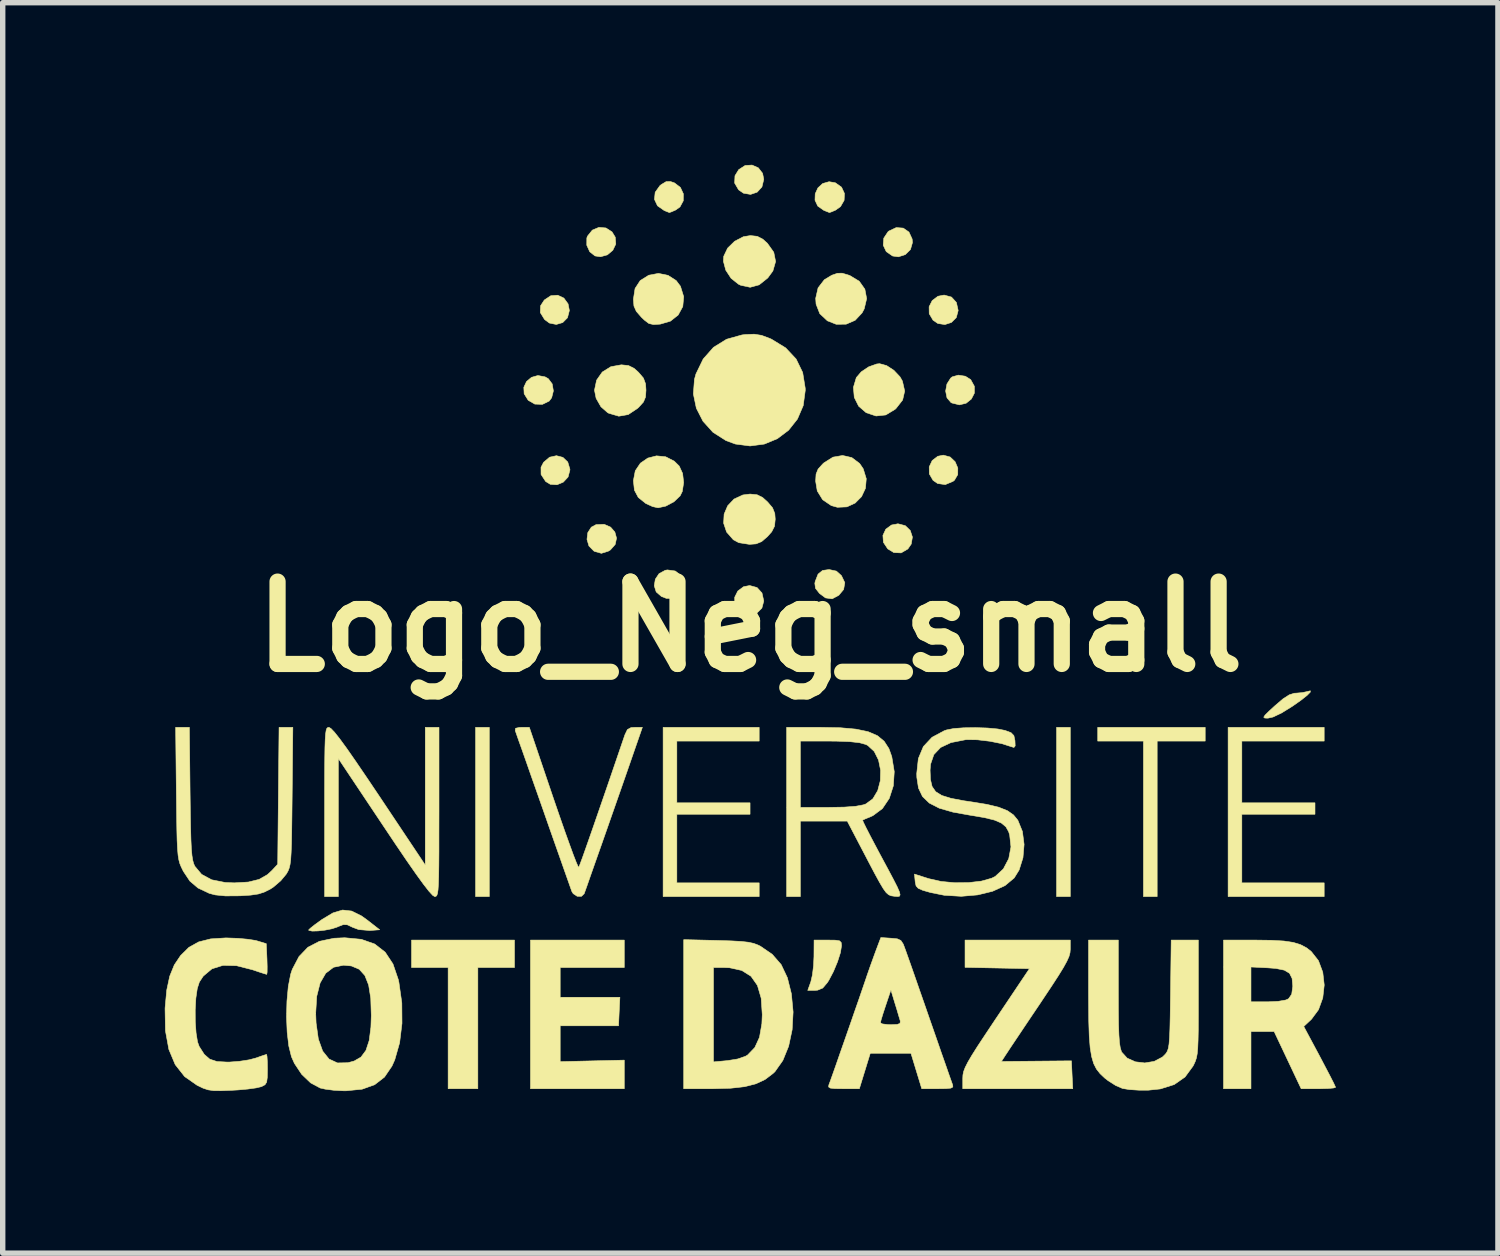
<source format=kicad_pcb>
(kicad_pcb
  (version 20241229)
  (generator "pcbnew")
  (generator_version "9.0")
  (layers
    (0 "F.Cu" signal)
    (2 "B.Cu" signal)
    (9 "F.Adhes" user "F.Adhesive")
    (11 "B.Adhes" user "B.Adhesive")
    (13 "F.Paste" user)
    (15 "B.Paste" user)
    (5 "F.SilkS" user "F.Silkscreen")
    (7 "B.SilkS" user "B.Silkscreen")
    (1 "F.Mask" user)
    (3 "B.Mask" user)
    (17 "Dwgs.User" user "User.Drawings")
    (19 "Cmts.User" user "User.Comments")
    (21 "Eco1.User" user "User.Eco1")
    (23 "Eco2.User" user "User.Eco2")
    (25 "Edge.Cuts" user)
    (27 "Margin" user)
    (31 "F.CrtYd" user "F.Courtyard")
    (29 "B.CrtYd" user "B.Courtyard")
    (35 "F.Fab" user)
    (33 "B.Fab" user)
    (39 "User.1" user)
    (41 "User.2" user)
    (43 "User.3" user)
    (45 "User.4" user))
  (footprint "Logo_Neg_small"
    (layer "F.Cu")
    (at 10.832 8.549)
    (property "Reference" "Logo_Neg_small" (at 0 0 0) (layer "F.SilkS") (effects (font (size 1.524 1.524) (thickness 0.3))))
    (attr through_hole)
    (fp_poly (pts (xy -4.826 4.995) (xy -5.08 4.995) (xy -5.08 1.863) (xy -4.826 1.863) (xy -4.826 4.995)) (stroke (width 0.01) (type solid)) (fill yes) (layer "F.SilkS"))
    (fp_poly (pts (xy 5.927 4.995) (xy 5.673 4.995) (xy 5.673 1.863) (xy 5.927 1.863) (xy 5.927 4.995)) (stroke (width 0.01) (type solid)) (fill yes) (layer "F.SilkS"))
    (fp_poly (pts (xy -4.36 6.308) (xy -5.038 6.308) (xy -5.038 8.551) (xy -5.588 8.551) (xy -5.588 6.308) (xy -6.265 6.308) (xy -6.265 5.8) (xy -4.36 5.8) (xy -4.36 6.308)) (stroke (width 0.01) (type solid)) (fill yes) (layer "F.SilkS"))
    (fp_poly (pts (xy 8.424 2.117) (xy 7.535 2.117) (xy 7.535 4.995) (xy 7.281 4.995) (xy 7.281 2.117) (xy 6.435 2.117) (xy 6.435 1.863) (xy 8.424 1.863) (xy 8.424 2.117)) (stroke (width 0.01) (type solid)) (fill yes) (layer "F.SilkS"))
    (fp_poly (pts (xy 0.169 2.117) (xy -1.355 2.117) (xy -1.355 3.26) (xy 0 3.26) (xy 0 3.471) (xy -1.355 3.471) (xy -1.355 4.741) (xy 0.169 4.741) (xy 0.169 4.995) (xy -1.609 4.995) (xy -1.609 1.863) (xy 0.169 1.863) (xy 0.169 2.117)) (stroke (width 0.01) (type solid)) (fill yes) (layer "F.SilkS"))
    (fp_poly (pts (xy 10.626 2.117) (xy 9.102 2.117) (xy 9.102 3.26) (xy 10.456 3.26) (xy 10.456 3.471) (xy 9.102 3.471) (xy 9.102 4.741) (xy 10.626 4.741) (xy 10.626 4.995) (xy 8.848 4.995) (xy 8.848 1.863) (xy 10.626 1.863) (xy 10.626 2.117)) (stroke (width 0.01) (type solid)) (fill yes) (layer "F.SilkS"))
    (fp_poly (pts (xy -3.446 -6.082) (xy -3.368 -5.975) (xy -3.344 -5.852) (xy -3.379 -5.718) (xy -3.467 -5.629) (xy -3.586 -5.594) (xy -3.714 -5.62) (xy -3.803 -5.686) (xy -3.882 -5.814) (xy -3.877 -5.94) (xy -3.808 -6.046) (xy -3.687 -6.126) (xy -3.559 -6.135) (xy -3.446 -6.082)) (stroke (width 0.01) (type solid)) (fill yes) (layer "F.SilkS"))
    (fp_poly (pts (xy 0.129 -0.725) (xy 0.221 -0.624) (xy 0.254 -0.475) (xy 0.219 -0.344) (xy 0.129 -0.255) (xy 0.007 -0.215) (xy -0.122 -0.236) (xy -0.212 -0.296) (xy -0.282 -0.416) (xy -0.284 -0.545) (xy -0.227 -0.66) (xy -0.12 -0.74) (xy -0.007 -0.762) (xy 0.129 -0.725)) (stroke (width 0.01) (type solid)) (fill yes) (layer "F.SilkS"))
    (fp_poly (pts (xy 0.153 -8.493) (xy 0.232 -8.391) (xy 0.254 -8.28) (xy 0.22 -8.139) (xy 0.131 -8.042) (xy 0.01 -8.001) (xy -0.121 -8.023) (xy -0.212 -8.086) (xy -0.285 -8.211) (xy -0.279 -8.346) (xy -0.21 -8.459) (xy -0.091 -8.536) (xy 0.037 -8.544) (xy 0.153 -8.493)) (stroke (width 0.01) (type solid)) (fill yes) (layer "F.SilkS"))
    (fp_poly (pts (xy 2.873 -1.87) (xy 2.965 -1.781) (xy 3.005 -1.659) (xy 2.983 -1.529) (xy 2.921 -1.439) (xy 2.796 -1.366) (xy 2.661 -1.372) (xy 2.548 -1.441) (xy 2.468 -1.562) (xy 2.459 -1.69) (xy 2.512 -1.804) (xy 2.618 -1.882) (xy 2.738 -1.905) (xy 2.873 -1.87)) (stroke (width 0.01) (type solid)) (fill yes) (layer "F.SilkS"))
    (fp_poly (pts (xy 3.728 -6.101) (xy 3.819 -6.001) (xy 3.852 -5.852) (xy 3.817 -5.721) (xy 3.727 -5.631) (xy 3.606 -5.592) (xy 3.476 -5.612) (xy 3.387 -5.673) (xy 3.316 -5.793) (xy 3.314 -5.922) (xy 3.372 -6.037) (xy 3.478 -6.116) (xy 3.592 -6.138) (xy 3.728 -6.101)) (stroke (width 0.01) (type solid)) (fill yes) (layer "F.SilkS"))
    (fp_poly (pts (xy -3.794 -4.624) (xy -3.735 -4.591) (xy -3.662 -4.494) (xy -3.64 -4.364) (xy -3.672 -4.237) (xy -3.718 -4.176) (xy -3.843 -4.115) (xy -3.984 -4.12) (xy -4.106 -4.191) (xy -4.181 -4.311) (xy -4.187 -4.431) (xy -4.137 -4.538) (xy -4.045 -4.615) (xy -3.927 -4.649) (xy -3.794 -4.624)) (stroke (width 0.01) (type solid)) (fill yes) (layer "F.SilkS"))
    (fp_poly (pts (xy -3.464 -3.134) (xy -3.374 -3.048) (xy -3.334 -2.915) (xy -3.334 -2.9) (xy -3.368 -2.771) (xy -3.456 -2.676) (xy -3.573 -2.627) (xy -3.696 -2.635) (xy -3.783 -2.688) (xy -3.868 -2.818) (xy -3.869 -2.951) (xy -3.821 -3.043) (xy -3.71 -3.137) (xy -3.583 -3.165) (xy -3.464 -3.134)) (stroke (width 0.01) (type solid)) (fill yes) (layer "F.SilkS"))
    (fp_poly (pts (xy -2.668 -7.38) (xy -2.555 -7.308) (xy -2.495 -7.21) (xy -2.485 -7.082) (xy -2.54 -6.967) (xy -2.641 -6.882) (xy -2.768 -6.847) (xy -2.869 -6.862) (xy -2.967 -6.939) (xy -3.022 -7.061) (xy -3.021 -7.194) (xy -3.009 -7.228) (xy -2.919 -7.34) (xy -2.797 -7.391) (xy -2.668 -7.38)) (stroke (width 0.01) (type solid)) (fill yes) (layer "F.SilkS"))
    (fp_poly (pts (xy -2.328 6.308) (xy -3.514 6.308) (xy -3.514 6.858) (xy -2.409 6.858) (xy -2.422 7.123) (xy -2.434 7.387) (xy -3.514 7.387) (xy -3.514 7.718) (xy -3.514 8.05) (xy -2.328 8.022) (xy -2.328 8.551) (xy -4.064 8.551) (xy -4.064 5.8) (xy -2.328 5.8) (xy -2.328 6.308)) (stroke (width 0.01) (type solid)) (fill yes) (layer "F.SilkS"))
    (fp_poly (pts (xy -1.385 -1.031) (xy -1.281 -0.953) (xy -1.229 -0.839) (xy -1.238 -0.71) (xy -1.312 -0.593) (xy -1.422 -0.522) (xy -1.548 -0.524) (xy -1.641 -0.56) (xy -1.737 -0.644) (xy -1.773 -0.758) (xy -1.753 -0.879) (xy -1.684 -0.982) (xy -1.57 -1.044) (xy -1.529 -1.051) (xy -1.385 -1.031)) (stroke (width 0.01) (type solid)) (fill yes) (layer "F.SilkS"))
    (fp_poly (pts (xy 1.598 -1.029) (xy 1.691 -0.946) (xy 1.754 -0.815) (xy 1.732 -0.689) (xy 1.643 -0.582) (xy 1.52 -0.516) (xy 1.397 -0.533) (xy 1.285 -0.616) (xy 1.211 -0.711) (xy 1.199 -0.803) (xy 1.206 -0.838) (xy 1.259 -0.973) (xy 1.342 -1.041) (xy 1.463 -1.058) (xy 1.598 -1.029)) (stroke (width 0.01) (type solid)) (fill yes) (layer "F.SilkS"))
    (fp_poly (pts (xy 2.836 -7.377) (xy 2.941 -7.304) (xy 3 -7.176) (xy 3.006 -7.11) (xy 2.969 -6.981) (xy 2.874 -6.887) (xy 2.746 -6.846) (xy 2.638 -6.861) (xy 2.521 -6.942) (xy 2.465 -7.061) (xy 2.475 -7.191) (xy 2.553 -7.309) (xy 2.57 -7.323) (xy 2.706 -7.387) (xy 2.836 -7.377)) (stroke (width 0.01) (type solid)) (fill yes) (layer "F.SilkS"))
    (fp_poly (pts (xy 3.703 -3.141) (xy 3.795 -3.054) (xy 3.845 -2.937) (xy 3.844 -2.815) (xy 3.783 -2.711) (xy 3.758 -2.691) (xy 3.613 -2.63) (xy 3.472 -2.65) (xy 3.387 -2.709) (xy 3.318 -2.828) (xy 3.316 -2.958) (xy 3.371 -3.075) (xy 3.474 -3.154) (xy 3.577 -3.175) (xy 3.703 -3.141)) (stroke (width 0.01) (type solid)) (fill yes) (layer "F.SilkS"))
    (fp_poly (pts (xy -2.581 -1.843) (xy -2.502 -1.752) (xy -2.471 -1.639) (xy -2.496 -1.522) (xy -2.585 -1.421) (xy -2.623 -1.398) (xy -2.751 -1.358) (xy -2.876 -1.393) (xy -2.892 -1.402) (xy -2.982 -1.494) (xy -3.018 -1.616) (xy -3.003 -1.741) (xy -2.938 -1.842) (xy -2.85 -1.889) (xy -2.7 -1.895) (xy -2.581 -1.843)) (stroke (width 0.01) (type solid)) (fill yes) (layer "F.SilkS"))
    (fp_poly (pts (xy 3.984 -4.636) (xy 4.084 -4.573) (xy 4.152 -4.449) (xy 4.152 -4.323) (xy 4.096 -4.214) (xy 3.999 -4.136) (xy 3.875 -4.106) (xy 3.737 -4.14) (xy 3.719 -4.149) (xy 3.645 -4.236) (xy 3.62 -4.361) (xy 3.644 -4.492) (xy 3.713 -4.601) (xy 3.742 -4.624) (xy 3.855 -4.656) (xy 3.984 -4.636)) (stroke (width 0.01) (type solid)) (fill yes) (layer "F.SilkS"))
    (fp_poly (pts (xy 1.579 -8.216) (xy 1.693 -8.135) (xy 1.747 -8.019) (xy 1.741 -7.891) (xy 1.674 -7.775) (xy 1.581 -7.709) (xy 1.502 -7.676) (xy 1.469 -7.665) (xy 1.428 -7.681) (xy 1.365 -7.706) (xy 1.253 -7.785) (xy 1.202 -7.894) (xy 1.206 -8.012) (xy 1.256 -8.121) (xy 1.344 -8.202) (xy 1.463 -8.236) (xy 1.579 -8.216)) (stroke (width 0.01) (type solid)) (fill yes) (layer "F.SilkS"))
    (fp_poly (pts (xy -1.399 -8.214) (xy -1.289 -8.13) (xy -1.234 -8.011) (xy -1.236 -7.882) (xy -1.297 -7.769) (xy -1.377 -7.712) (xy -1.458 -7.677) (xy -1.494 -7.665) (xy -1.535 -7.681) (xy -1.589 -7.703) (xy -1.713 -7.79) (xy -1.769 -7.909) (xy -1.756 -8.04) (xy -1.669 -8.162) (xy -1.643 -8.183) (xy -1.552 -8.238) (xy -1.472 -8.239) (xy -1.399 -8.214)) (stroke (width 0.01) (type solid)) (fill yes) (layer "F.SilkS"))
    (fp_poly (pts (xy -1.518 -6.503) (xy -1.367 -6.406) (xy -1.288 -6.301) (xy -1.228 -6.107) (xy -1.245 -5.925) (xy -1.33 -5.769) (xy -1.474 -5.655) (xy -1.662 -5.6) (xy -1.787 -5.592) (xy -1.873 -5.612) (xy -1.957 -5.676) (xy -2.01 -5.727) (xy -2.105 -5.836) (xy -2.149 -5.935) (xy -2.159 -6.061) (xy -2.128 -6.26) (xy -2.032 -6.407) (xy -1.875 -6.505) (xy -1.695 -6.539) (xy -1.518 -6.503)) (stroke (width 0.01) (type solid)) (fill yes) (layer "F.SilkS"))
    (fp_poly (pts (xy 0.134 -7.225) (xy 0.238 -7.171) (xy 0.322 -7.095) (xy 0.439 -6.93) (xy 0.473 -6.759) (xy 0.423 -6.585) (xy 0.328 -6.455) (xy 0.168 -6.327) (xy 0.002 -6.282) (xy -0.174 -6.32) (xy -0.212 -6.338) (xy -0.35 -6.447) (xy -0.449 -6.598) (xy -0.493 -6.763) (xy -0.487 -6.856) (xy -0.415 -7.007) (xy -0.285 -7.134) (xy -0.123 -7.218) (xy 0.006 -7.239) (xy 0.134 -7.225)) (stroke (width 0.01) (type solid)) (fill yes) (layer "F.SilkS"))
    (fp_poly (pts (xy 1.816 -6.51) (xy 1.849 -6.498) (xy 2.021 -6.394) (xy 2.125 -6.247) (xy 2.158 -6.072) (xy 2.113 -5.883) (xy 2.074 -5.809) (xy 1.945 -5.671) (xy 1.778 -5.599) (xy 1.595 -5.597) (xy 1.432 -5.661) (xy 1.291 -5.793) (xy 1.222 -5.97) (xy 1.215 -6.078) (xy 1.259 -6.271) (xy 1.375 -6.422) (xy 1.513 -6.505) (xy 1.617 -6.541) (xy 1.704 -6.543) (xy 1.816 -6.51)) (stroke (width 0.01) (type solid)) (fill yes) (layer "F.SilkS"))
    (fp_poly (pts (xy 1.883 -3.13) (xy 2.027 -3.022) (xy 2.095 -2.922) (xy 2.151 -2.739) (xy 2.136 -2.562) (xy 2.064 -2.408) (xy 1.945 -2.288) (xy 1.793 -2.218) (xy 1.617 -2.21) (xy 1.503 -2.242) (xy 1.344 -2.35) (xy 1.244 -2.512) (xy 1.214 -2.694) (xy 1.222 -2.825) (xy 1.26 -2.918) (xy 1.346 -3.013) (xy 1.368 -3.033) (xy 1.535 -3.138) (xy 1.713 -3.169) (xy 1.883 -3.13)) (stroke (width 0.01) (type solid)) (fill yes) (layer "F.SilkS"))
    (fp_poly (pts (xy 2.527 -4.833) (xy 2.662 -4.745) (xy 2.775 -4.625) (xy 2.82 -4.546) (xy 2.862 -4.361) (xy 2.824 -4.196) (xy 2.703 -4.041) (xy 2.684 -4.023) (xy 2.512 -3.919) (xy 2.332 -3.9) (xy 2.149 -3.961) (xy 2.01 -4.081) (xy 1.929 -4.244) (xy 1.913 -4.43) (xy 1.967 -4.611) (xy 2.058 -4.717) (xy 2.195 -4.809) (xy 2.342 -4.862) (xy 2.398 -4.868) (xy 2.527 -4.833)) (stroke (width 0.01) (type solid)) (fill yes) (layer "F.SilkS"))
    (fp_poly (pts (xy 10.369 1.211) (xy 10.309 1.272) (xy 10.195 1.362) (xy 10.04 1.471) (xy 9.837 1.597) (xy 9.679 1.672) (xy 9.585 1.693) (xy 9.527 1.691) (xy 9.507 1.675) (xy 9.532 1.636) (xy 9.608 1.561) (xy 9.716 1.462) (xy 9.866 1.334) (xy 9.98 1.261) (xy 10.075 1.231) (xy 10.104 1.23) (xy 10.221 1.22) (xy 10.305 1.202) (xy 10.37 1.186) (xy 10.369 1.211)) (stroke (width 0.01) (type solid)) (fill yes) (layer "F.SilkS"))
    (fp_poly (pts (xy -1.562 -3.145) (xy -1.403 -3.064) (xy -1.311 -2.973) (xy -1.248 -2.836) (xy -1.229 -2.667) (xy -1.254 -2.503) (xy -1.294 -2.422) (xy -1.408 -2.313) (xy -1.559 -2.232) (xy -1.702 -2.201) (xy -1.803 -2.223) (xy -1.922 -2.277) (xy -1.934 -2.284) (xy -2.069 -2.393) (xy -2.14 -2.527) (xy -2.159 -2.703) (xy -2.124 -2.886) (xy -2.029 -3.027) (xy -1.892 -3.121) (xy -1.731 -3.162) (xy -1.562 -3.145)) (stroke (width 0.01) (type solid)) (fill yes) (layer "F.SilkS"))
    (fp_poly (pts (xy 1.58 5.802) (xy 1.656 5.814) (xy 1.687 5.845) (xy 1.693 5.902) (xy 1.693 5.905) (xy 1.673 6.032) (xy 1.619 6.201) (xy 1.544 6.381) (xy 1.459 6.543) (xy 1.431 6.587) (xy 1.345 6.688) (xy 1.251 6.727) (xy 1.201 6.731) (xy 1.068 6.731) (xy 1.125 6.572) (xy 1.154 6.447) (xy 1.175 6.276) (xy 1.183 6.107) (xy 1.185 5.8) (xy 1.439 5.8) (xy 1.58 5.802)) (stroke (width 0.01) (type solid)) (fill yes) (layer "F.SilkS"))
    (fp_poly (pts (xy -2.249 -4.833) (xy -2.144 -4.78) (xy -2.065 -4.709) (xy -1.973 -4.601) (xy -1.934 -4.495) (xy -1.926 -4.377) (xy -1.935 -4.25) (xy -1.973 -4.158) (xy -2.059 -4.063) (xy -2.084 -4.04) (xy -2.255 -3.926) (xy -2.429 -3.896) (xy -2.613 -3.95) (xy -2.635 -3.961) (xy -2.76 -4.071) (xy -2.849 -4.227) (xy -2.879 -4.377) (xy -2.84 -4.563) (xy -2.735 -4.713) (xy -2.576 -4.812) (xy -2.382 -4.847) (xy -2.249 -4.833)) (stroke (width 0.01) (type solid)) (fill yes) (layer "F.SilkS"))
    (fp_poly (pts (xy 0.13 -2.442) (xy 0.233 -2.391) (xy 0.322 -2.311) (xy 0.416 -2.201) (xy 0.458 -2.096) (xy 0.466 -1.99) (xy 0.453 -1.86) (xy 0.401 -1.757) (xy 0.322 -1.668) (xy 0.214 -1.575) (xy 0.111 -1.533) (xy -0.011 -1.524) (xy -0.208 -1.555) (xy -0.309 -1.609) (xy -0.434 -1.752) (xy -0.489 -1.916) (xy -0.48 -2.083) (xy -0.414 -2.238) (xy -0.297 -2.362) (xy -0.134 -2.438) (xy 0.000185 -2.455) (xy 0.13 -2.442)) (stroke (width 0.01) (type solid)) (fill yes) (layer "F.SilkS"))
    (fp_poly (pts (xy -7.373 5.263) (xy -7.193 5.352) (xy -7.086 5.429) (xy -6.855 5.609) (xy -7.037 5.623) (xy -7.242 5.606) (xy -7.357 5.563) (xy -7.454 5.517) (xy -7.529 5.514) (xy -7.626 5.551) (xy -7.644 5.56) (xy -7.74 5.591) (xy -7.866 5.616) (xy -7.996 5.631) (xy -8.104 5.634) (xy -8.165 5.621) (xy -8.17 5.613) (xy -8.138 5.581) (xy -8.055 5.515) (xy -7.936 5.429) (xy -7.927 5.422) (xy -7.721 5.298) (xy -7.543 5.244) (xy -7.373 5.263)) (stroke (width 0.01) (type solid)) (fill yes) (layer "F.SilkS"))
    (fp_poly (pts (xy 0.214 -5.392) (xy 0.368 -5.334) (xy 0.397 -5.321) (xy 0.66 -5.16) (xy 0.853 -4.954) (xy 0.974 -4.705) (xy 1.021 -4.415) (xy 1.022 -4.375) (xy 0.984 -4.092) (xy 0.877 -3.843) (xy 0.714 -3.637) (xy 0.506 -3.48) (xy 0.264 -3.38) (xy 0.000378 -3.345) (xy -0.273 -3.381) (xy -0.446 -3.445) (xy -0.686 -3.598) (xy -0.871 -3.803) (xy -0.994 -4.044) (xy -1.049 -4.308) (xy -1.029 -4.578) (xy -1.001 -4.679) (xy -0.867 -4.955) (xy -0.676 -5.171) (xy -0.435 -5.32) (xy -0.149 -5.4) (xy -0.09 -5.407) (xy 0.077 -5.414) (xy 0.214 -5.392)) (stroke (width 0.01) (type solid)) (fill yes) (layer "F.SilkS"))
    (fp_poly (pts (xy 5.927 5.971) (xy 5.922 6.033) (xy 5.903 6.104) (xy 5.864 6.191) (xy 5.801 6.306) (xy 5.707 6.459) (xy 5.577 6.659) (xy 5.405 6.917) (xy 5.366 6.976) (xy 5.203 7.218) (xy 5.052 7.443) (xy 4.921 7.639) (xy 4.817 7.794) (xy 4.749 7.898) (xy 4.728 7.929) (xy 4.652 8.047) (xy 5.948 8.035) (xy 5.96 8.293) (xy 5.973 8.551) (xy 3.937 8.551) (xy 3.937 8.36) (xy 3.94 8.297) (xy 3.953 8.233) (xy 3.982 8.157) (xy 4.031 8.06) (xy 4.106 7.932) (xy 4.212 7.764) (xy 4.356 7.546) (xy 4.541 7.268) (xy 4.554 7.249) (xy 5.171 6.329) (xy 4.575 6.317) (xy 3.979 6.305) (xy 3.979 5.8) (xy 5.927 5.8) (xy 5.927 5.971)) (stroke (width 0.01) (type solid)) (fill yes) (layer "F.SilkS"))
    (fp_poly (pts (xy -0.603 5.807) (xy -0.35 5.815) (xy -0.165 5.825) (xy -0.031 5.84) (xy 0.069 5.862) (xy 0.15 5.893) (xy 0.191 5.913) (xy 0.411 6.064) (xy 0.576 6.254) (xy 0.691 6.497) (xy 0.765 6.794) (xy 0.797 7.131) (xy 0.779 7.46) (xy 0.714 7.765) (xy 0.607 8.028) (xy 0.461 8.235) (xy 0.424 8.27) (xy 0.277 8.381) (xy 0.108 8.46) (xy -0.099 8.513) (xy -0.359 8.542) (xy -0.686 8.551) (xy -0.706 8.551) (xy -1.228 8.551) (xy -1.228 6.308) (xy -0.677 6.308) (xy -0.677 8.055) (xy -0.417 8.031) (xy -0.231 8.001) (xy -0.086 7.951) (xy -0.046 7.928) (xy 0.088 7.789) (xy 0.175 7.599) (xy 0.219 7.347) (xy 0.226 7.179) (xy 0.206 6.876) (xy 0.137 6.64) (xy 0.018 6.47) (xy -0.154 6.362) (xy -0.382 6.312) (xy -0.488 6.308) (xy -0.677 6.308) (xy -1.228 6.308) (xy -1.228 5.792) (xy -0.603 5.807)) (stroke (width 0.01) (type solid)) (fill yes) (layer "F.SilkS"))
    (fp_poly (pts (xy -5.757 3.429) (xy -5.758 3.834) (xy -5.758 4.163) (xy -5.76 4.423) (xy -5.763 4.623) (xy -5.768 4.77) (xy -5.775 4.872) (xy -5.785 4.938) (xy -5.798 4.975) (xy -5.814 4.991) (xy -5.834 4.995) (xy -5.836 4.995) (xy -5.875 4.971) (xy -5.944 4.895) (xy -6.046 4.764) (xy -6.183 4.575) (xy -6.358 4.324) (xy -6.573 4.007) (xy -6.767 3.717) (xy -7.62 2.439) (xy -7.62 4.995) (xy -7.874 4.995) (xy -7.874 3.429) (xy -7.874 3.024) (xy -7.873 2.695) (xy -7.871 2.435) (xy -7.868 2.236) (xy -7.863 2.089) (xy -7.856 1.987) (xy -7.846 1.921) (xy -7.834 1.884) (xy -7.817 1.867) (xy -7.797 1.863) (xy -7.793 1.863) (xy -7.756 1.885) (xy -7.691 1.953) (xy -7.596 2.073) (xy -7.468 2.248) (xy -7.305 2.482) (xy -7.102 2.78) (xy -6.862 3.137) (xy -6.011 4.412) (xy -6.011 3.137) (xy -6.011 1.863) (xy -5.757 1.863) (xy -5.757 3.429)) (stroke (width 0.01) (type solid)) (fill yes) (layer "F.SilkS"))
    (fp_poly (pts (xy 9.345 5.8) (xy 9.645 5.804) (xy 9.876 5.817) (xy 10.053 5.843) (xy 10.189 5.885) (xy 10.302 5.945) (xy 10.387 6.012) (xy 10.52 6.181) (xy 10.6 6.395) (xy 10.627 6.632) (xy 10.6 6.871) (xy 10.521 7.089) (xy 10.39 7.266) (xy 10.248 7.399) (xy 10.543 7.95) (xy 10.646 8.146) (xy 10.734 8.314) (xy 10.799 8.442) (xy 10.833 8.515) (xy 10.837 8.526) (xy 10.798 8.538) (xy 10.696 8.547) (xy 10.549 8.551) (xy 10.519 8.551) (xy 10.2 8.551) (xy 9.95 8.022) (xy 9.7 7.493) (xy 9.271 7.493) (xy 9.271 8.551) (xy 8.763 8.551) (xy 8.763 6.943) (xy 9.271 6.943) (xy 9.58 6.943) (xy 9.774 6.934) (xy 9.913 6.91) (xy 9.967 6.886) (xy 10.025 6.802) (xy 10.045 6.656) (xy 10.045 6.65) (xy 10.032 6.509) (xy 9.984 6.414) (xy 9.889 6.357) (xy 9.732 6.325) (xy 9.588 6.314) (xy 9.271 6.298) (xy 9.271 6.943) (xy 8.763 6.943) (xy 8.763 5.8) (xy 9.345 5.8)) (stroke (width 0.01) (type solid)) (fill yes) (layer "F.SilkS"))
    (fp_poly (pts (xy -2.283 2.699) (xy -2.391 3.009) (xy -2.51 3.349) (xy -2.629 3.689) (xy -2.738 4) (xy -2.813 4.212) (xy -2.893 4.439) (xy -2.964 4.641) (xy -3.02 4.802) (xy -3.058 4.908) (xy -3.07 4.942) (xy -3.121 4.991) (xy -3.2 4.989) (xy -3.273 4.941) (xy -3.298 4.9) (xy -3.32 4.839) (xy -3.366 4.708) (xy -3.434 4.516) (xy -3.519 4.274) (xy -3.619 3.991) (xy -3.729 3.678) (xy -3.828 3.394) (xy -3.944 3.064) (xy -4.052 2.758) (xy -4.147 2.486) (xy -4.228 2.256) (xy -4.291 2.08) (xy -4.331 1.965) (xy -4.346 1.923) (xy -4.34 1.88) (xy -4.267 1.864) (xy -4.227 1.863) (xy -4.085 1.863) (xy -3.641 3.173) (xy -3.533 3.487) (xy -3.434 3.771) (xy -3.345 4.019) (xy -3.272 4.219) (xy -3.216 4.363) (xy -3.181 4.442) (xy -3.171 4.453) (xy -3.15 4.404) (xy -3.102 4.275) (xy -3.028 4.066) (xy -2.927 3.778) (xy -2.8 3.411) (xy -2.646 2.965) (xy -2.467 2.442) (xy -2.316 2) (xy -2.27 1.904) (xy -2.202 1.867) (xy -2.131 1.863) (xy -1.993 1.863) (xy -2.283 2.699)) (stroke (width 0.01) (type solid)) (fill yes) (layer "F.SilkS"))
    (fp_poly (pts (xy 6.816 6.775) (xy 6.817 7.106) (xy 6.82 7.363) (xy 6.827 7.556) (xy 6.837 7.696) (xy 6.852 7.793) (xy 6.872 7.858) (xy 6.878 7.873) (xy 6.98 7.985) (xy 7.131 8.053) (xy 7.306 8.074) (xy 7.48 8.045) (xy 7.631 7.966) (xy 7.668 7.931) (xy 7.7 7.896) (xy 7.724 7.856) (xy 7.742 7.802) (xy 7.755 7.723) (xy 7.764 7.607) (xy 7.771 7.443) (xy 7.776 7.22) (xy 7.78 6.927) (xy 7.782 6.812) (xy 7.795 5.8) (xy 8.297 5.8) (xy 8.297 6.873) (xy 8.297 7.202) (xy 8.296 7.459) (xy 8.292 7.654) (xy 8.286 7.799) (xy 8.276 7.905) (xy 8.261 7.983) (xy 8.24 8.046) (xy 8.213 8.105) (xy 8.199 8.132) (xy 8.051 8.334) (xy 7.851 8.474) (xy 7.594 8.555) (xy 7.375 8.578) (xy 7.193 8.578) (xy 7.022 8.567) (xy 6.898 8.547) (xy 6.893 8.546) (xy 6.768 8.492) (xy 6.628 8.403) (xy 6.566 8.355) (xy 6.48 8.274) (xy 6.412 8.188) (xy 6.36 8.086) (xy 6.322 7.957) (xy 6.295 7.792) (xy 6.278 7.578) (xy 6.269 7.306) (xy 6.266 6.964) (xy 6.265 6.787) (xy 6.265 5.8) (xy 6.816 5.8) (xy 6.816 6.775)) (stroke (width 0.01) (type solid)) (fill yes) (layer "F.SilkS"))
    (fp_poly (pts (xy -10.364 3.08) (xy -10.359 3.44) (xy -10.354 3.725) (xy -10.348 3.946) (xy -10.34 4.112) (xy -10.329 4.234) (xy -10.315 4.322) (xy -10.298 4.385) (xy -10.276 4.434) (xy -10.15 4.584) (xy -9.965 4.684) (xy -9.715 4.734) (xy -9.546 4.741) (xy -9.286 4.726) (xy -9.087 4.677) (xy -8.931 4.588) (xy -8.848 4.511) (xy -8.742 4.396) (xy -8.717 1.863) (xy -8.462 1.863) (xy -8.475 3.143) (xy -8.479 3.506) (xy -8.483 3.795) (xy -8.487 4.019) (xy -8.494 4.188) (xy -8.502 4.313) (xy -8.514 4.403) (xy -8.53 4.469) (xy -8.55 4.52) (xy -8.576 4.566) (xy -8.587 4.583) (xy -8.686 4.702) (xy -8.819 4.816) (xy -8.876 4.854) (xy -8.987 4.91) (xy -9.1 4.947) (xy -9.242 4.968) (xy -9.442 4.981) (xy -9.454 4.981) (xy -9.71 4.983) (xy -9.899 4.964) (xy -10.009 4.935) (xy -10.218 4.836) (xy -10.368 4.708) (xy -10.488 4.528) (xy -10.499 4.506) (xy -10.529 4.444) (xy -10.554 4.383) (xy -10.572 4.315) (xy -10.586 4.229) (xy -10.596 4.113) (xy -10.604 3.956) (xy -10.609 3.749) (xy -10.613 3.481) (xy -10.617 3.14) (xy -10.618 3.08) (xy -10.631 1.863) (xy -10.377 1.863) (xy -10.364 3.08)) (stroke (width 0.01) (type solid)) (fill yes) (layer "F.SilkS"))
    (fp_poly (pts (xy -7.195 5.786) (xy -6.947 5.873) (xy -6.753 6.024) (xy -6.609 6.242) (xy -6.511 6.529) (xy -6.499 6.583) (xy -6.445 6.963) (xy -6.442 7.342) (xy -6.486 7.701) (xy -6.576 8.017) (xy -6.628 8.133) (xy -6.766 8.336) (xy -6.948 8.477) (xy -7.18 8.56) (xy -7.473 8.589) (xy -7.531 8.589) (xy -7.703 8.58) (xy -7.863 8.559) (xy -7.957 8.538) (xy -8.133 8.443) (xy -8.298 8.285) (xy -8.433 8.082) (xy -8.488 7.958) (xy -8.537 7.76) (xy -8.567 7.506) (xy -8.579 7.221) (xy -8.577 7.154) (xy -8.039 7.154) (xy -8.032 7.333) (xy -7.99 7.632) (xy -7.91 7.855) (xy -7.792 8.002) (xy -7.636 8.074) (xy -7.443 8.07) (xy -7.328 8.039) (xy -7.201 7.966) (xy -7.109 7.842) (xy -7.049 7.66) (xy -7.017 7.411) (xy -7.01 7.197) (xy -7.02 6.878) (xy -7.059 6.633) (xy -7.129 6.456) (xy -7.234 6.34) (xy -7.378 6.279) (xy -7.523 6.265) (xy -7.708 6.303) (xy -7.853 6.413) (xy -7.957 6.593) (xy -8.02 6.841) (xy -8.039 7.154) (xy -8.577 7.154) (xy -8.571 6.93) (xy -8.546 6.658) (xy -8.502 6.431) (xy -8.472 6.341) (xy -8.348 6.105) (xy -8.183 5.933) (xy -7.969 5.822) (xy -7.698 5.766) (xy -7.501 5.757) (xy -7.195 5.786)) (stroke (width 0.01) (type solid)) (fill yes) (layer "F.SilkS"))
    (fp_poly (pts (xy 1.67 1.87) (xy 1.961 1.896) (xy 2.187 1.944) (xy 2.357 2.017) (xy 2.482 2.12) (xy 2.57 2.256) (xy 2.623 2.404) (xy 2.669 2.683) (xy 2.652 2.945) (xy 2.577 3.177) (xy 2.45 3.366) (xy 2.274 3.497) (xy 2.228 3.518) (xy 2.135 3.556) (xy 2.084 3.579) (xy 2.083 3.58) (xy 2.097 3.618) (xy 2.146 3.718) (xy 2.223 3.868) (xy 2.322 4.056) (xy 2.408 4.218) (xy 2.549 4.48) (xy 2.653 4.676) (xy 2.724 4.815) (xy 2.764 4.907) (xy 2.777 4.962) (xy 2.765 4.988) (xy 2.732 4.994) (xy 2.68 4.99) (xy 2.662 4.988) (xy 2.61 4.98) (xy 2.565 4.961) (xy 2.519 4.921) (xy 2.466 4.848) (xy 2.398 4.734) (xy 2.306 4.566) (xy 2.185 4.336) (xy 2.159 4.286) (xy 1.799 3.598) (xy 0.931 3.598) (xy 0.931 4.995) (xy 0.677 4.995) (xy 0.677 2.117) (xy 0.931 2.117) (xy 0.931 3.344) (xy 1.462 3.344) (xy 1.745 3.339) (xy 1.954 3.324) (xy 2.097 3.297) (xy 2.141 3.282) (xy 2.273 3.185) (xy 2.363 3.034) (xy 2.411 2.851) (xy 2.416 2.656) (xy 2.378 2.468) (xy 2.298 2.308) (xy 2.176 2.196) (xy 2.141 2.179) (xy 2.023 2.147) (xy 1.843 2.127) (xy 1.593 2.118) (xy 1.462 2.117) (xy 0.931 2.117) (xy 0.677 2.117) (xy 0.677 1.863) (xy 1.305 1.863) (xy 1.67 1.87)) (stroke (width 0.01) (type solid)) (fill yes) (layer "F.SilkS"))
    (fp_poly (pts (xy 2.612 5.766) (xy 2.725 5.777) (xy 2.791 5.807) (xy 2.836 5.875) (xy 2.879 5.99) (xy 2.913 6.086) (xy 2.971 6.25) (xy 3.047 6.467) (xy 3.137 6.726) (xy 3.237 7.012) (xy 3.34 7.309) (xy 3.442 7.601) (xy 3.535 7.87) (xy 3.617 8.103) (xy 3.682 8.29) (xy 3.728 8.42) (xy 3.75 8.482) (xy 3.751 8.484) (xy 3.753 8.519) (xy 3.717 8.54) (xy 3.626 8.549) (xy 3.477 8.551) (xy 3.178 8.551) (xy 2.978 7.895) (xy 2.225 7.895) (xy 2.023 8.551) (xy 1.727 8.551) (xy 1.572 8.549) (xy 1.487 8.54) (xy 1.454 8.519) (xy 1.458 8.482) (xy 1.46 8.477) (xy 1.482 8.418) (xy 1.527 8.292) (xy 1.59 8.114) (xy 1.666 7.895) (xy 1.752 7.65) (xy 1.842 7.392) (xy 1.863 7.332) (xy 2.413 7.332) (xy 2.451 7.352) (xy 2.547 7.364) (xy 2.606 7.366) (xy 2.724 7.361) (xy 2.776 7.342) (xy 2.781 7.299) (xy 2.779 7.292) (xy 2.755 7.213) (xy 2.717 7.084) (xy 2.682 6.971) (xy 2.607 6.723) (xy 2.51 7.011) (xy 2.462 7.157) (xy 2.427 7.271) (xy 2.413 7.33) (xy 2.413 7.332) (xy 1.863 7.332) (xy 1.931 7.135) (xy 2.016 6.892) (xy 2.09 6.676) (xy 2.15 6.501) (xy 2.16 6.47) (xy 2.225 6.284) (xy 2.298 6.082) (xy 2.331 5.992) (xy 2.421 5.753) (xy 2.612 5.766)) (stroke (width 0.01) (type solid)) (fill yes) (layer "F.SilkS"))
    (fp_poly (pts (xy -9.67 5.761) (xy -9.476 5.768) (xy -9.292 5.785) (xy -9.152 5.807) (xy -9.123 5.815) (xy -8.954 5.866) (xy -8.941 6.15) (xy -8.937 6.293) (xy -8.938 6.395) (xy -8.945 6.435) (xy -8.945 6.435) (xy -8.99 6.422) (xy -9.092 6.389) (xy -9.207 6.35) (xy -9.505 6.274) (xy -9.755 6.268) (xy -9.959 6.332) (xy -10.12 6.467) (xy -10.192 6.576) (xy -10.231 6.697) (xy -10.257 6.876) (xy -10.269 7.089) (xy -10.268 7.312) (xy -10.253 7.518) (xy -10.226 7.685) (xy -10.196 7.768) (xy -10.102 7.915) (xy -10 8.004) (xy -9.867 8.048) (xy -9.679 8.058) (xy -9.637 8.058) (xy -9.452 8.044) (xy -9.271 8.016) (xy -9.149 7.984) (xy -9.036 7.944) (xy -8.962 7.92) (xy -8.948 7.916) (xy -8.94 7.955) (xy -8.934 8.056) (xy -8.932 8.193) (xy -8.935 8.342) (xy -8.947 8.43) (xy -8.978 8.478) (xy -9.036 8.509) (xy -9.049 8.514) (xy -9.141 8.536) (xy -9.292 8.557) (xy -9.478 8.574) (xy -9.588 8.58) (xy -9.787 8.588) (xy -9.926 8.587) (xy -10.03 8.572) (xy -10.123 8.541) (xy -10.231 8.489) (xy -10.235 8.487) (xy -10.465 8.326) (xy -10.639 8.105) (xy -10.757 7.823) (xy -10.82 7.479) (xy -10.827 7.071) (xy -10.826 7.049) (xy -10.796 6.726) (xy -10.741 6.469) (xy -10.656 6.26) (xy -10.54 6.087) (xy -10.385 5.934) (xy -10.205 5.834) (xy -9.983 5.778) (xy -9.702 5.76) (xy -9.67 5.761)) (stroke (width 0.01) (type solid)) (fill yes) (layer "F.SilkS"))
    (fp_poly (pts (xy 4.391 1.875) (xy 4.585 1.893) (xy 4.72 1.92) (xy 4.831 1.962) (xy 4.883 2.016) (xy 4.903 2.11) (xy 4.903 2.113) (xy 4.907 2.206) (xy 4.884 2.235) (xy 4.84 2.222) (xy 4.661 2.165) (xy 4.438 2.12) (xy 4.209 2.093) (xy 4.013 2.09) (xy 3.983 2.093) (xy 3.719 2.145) (xy 3.527 2.235) (xy 3.402 2.367) (xy 3.341 2.545) (xy 3.332 2.656) (xy 3.339 2.828) (xy 3.369 2.957) (xy 3.435 3.053) (xy 3.547 3.123) (xy 3.717 3.176) (xy 3.954 3.221) (xy 4.097 3.242) (xy 4.386 3.289) (xy 4.604 3.342) (xy 4.763 3.405) (xy 4.876 3.484) (xy 4.957 3.583) (xy 5.041 3.79) (xy 5.072 4.03) (xy 5.051 4.277) (xy 4.98 4.503) (xy 4.889 4.65) (xy 4.719 4.792) (xy 4.488 4.897) (xy 4.213 4.964) (xy 3.91 4.99) (xy 3.595 4.971) (xy 3.344 4.921) (xy 3.197 4.879) (xy 3.113 4.842) (xy 3.073 4.798) (xy 3.058 4.731) (xy 3.056 4.713) (xy 3.043 4.579) (xy 3.31 4.664) (xy 3.537 4.715) (xy 3.79 4.739) (xy 4.047 4.736) (xy 4.281 4.709) (xy 4.47 4.656) (xy 4.537 4.623) (xy 4.688 4.483) (xy 4.788 4.293) (xy 4.829 4.076) (xy 4.805 3.855) (xy 4.786 3.794) (xy 4.735 3.704) (xy 4.653 3.635) (xy 4.526 3.58) (xy 4.341 3.534) (xy 4.085 3.491) (xy 4.084 3.491) (xy 3.755 3.432) (xy 3.502 3.359) (xy 3.317 3.264) (xy 3.191 3.142) (xy 3.117 2.986) (xy 3.087 2.79) (xy 3.085 2.719) (xy 3.115 2.441) (xy 3.208 2.218) (xy 3.368 2.047) (xy 3.595 1.925) (xy 3.636 1.911) (xy 3.768 1.885) (xy 3.955 1.871) (xy 4.172 1.868) (xy 4.391 1.875)) (stroke (width 0.01) (type solid)) (fill yes) (layer "F.SilkS")))
  (gr_rect
    (start -3 -3)
    (end 24.674 20.144)
    (stroke (width 0.1) (type default))
    (fill no)
    (layer "Edge.Cuts")))
</source>
